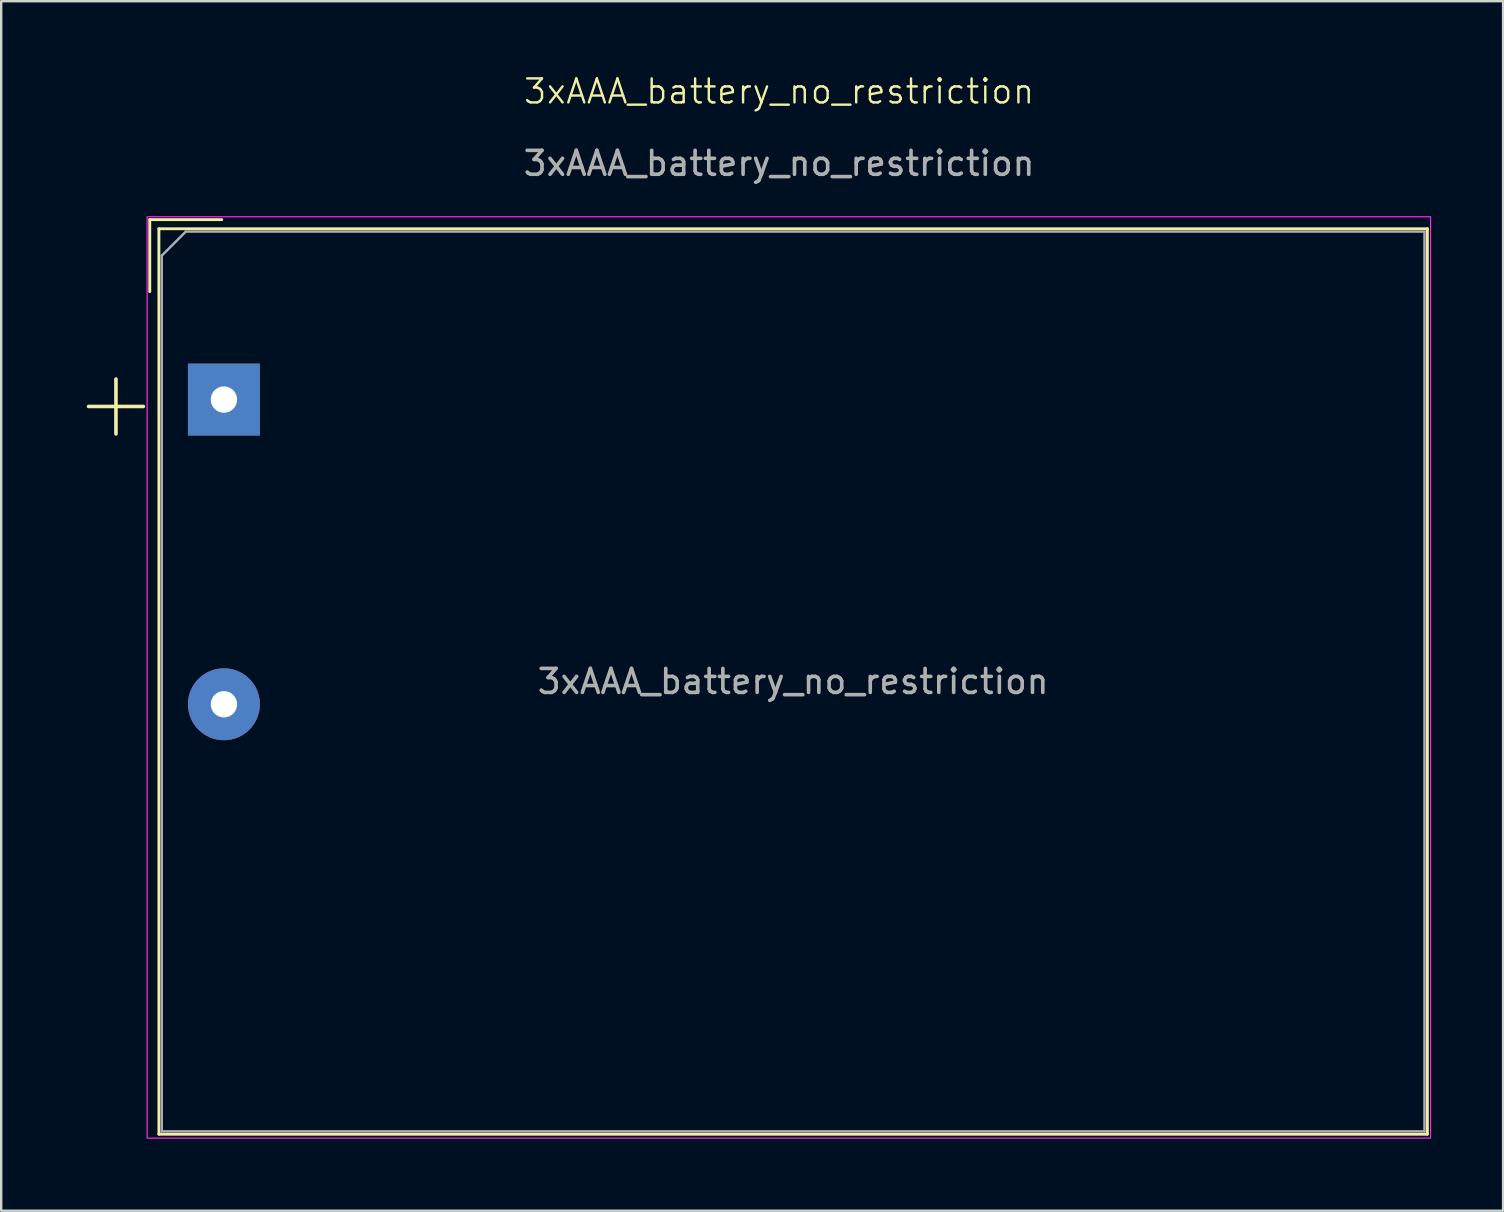
<source format=kicad_pcb>
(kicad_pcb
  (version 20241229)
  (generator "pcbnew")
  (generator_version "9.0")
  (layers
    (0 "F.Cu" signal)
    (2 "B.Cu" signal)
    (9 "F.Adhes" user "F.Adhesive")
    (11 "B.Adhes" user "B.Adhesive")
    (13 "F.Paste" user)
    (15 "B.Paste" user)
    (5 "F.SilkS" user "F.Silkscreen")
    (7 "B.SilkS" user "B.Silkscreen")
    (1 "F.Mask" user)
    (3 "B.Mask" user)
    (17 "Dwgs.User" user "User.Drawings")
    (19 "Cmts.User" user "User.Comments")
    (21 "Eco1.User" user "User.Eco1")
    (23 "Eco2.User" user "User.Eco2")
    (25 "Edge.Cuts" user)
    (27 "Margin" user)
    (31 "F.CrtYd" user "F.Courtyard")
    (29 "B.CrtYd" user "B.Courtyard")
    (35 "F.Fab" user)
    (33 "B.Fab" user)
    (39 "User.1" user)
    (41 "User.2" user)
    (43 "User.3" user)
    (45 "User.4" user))
  (footprint "3xAAA_battery_no_restriction"
    (layer "F.Cu")
    (at 29.422 1.26)
    (property "Reference" "3xAAA_battery_no_restriction" (at 0 -0.5 0) (unlocked yes) (layer "F.SilkS") (effects (font (size 1 1) (thickness 0.1))))
    (attr through_hole)
    (fp_line (start -26.229 4.844) (end -23.229 4.844) (stroke (width 0.12) (type solid)) (layer "F.SilkS"))
    (fp_line (start -26.229 7.844) (end -26.229 4.844) (stroke (width 0.12) (type solid)) (layer "F.SilkS"))
    (fp_line (start -25.849 5.224) (end -25.849 42.964) (stroke (width 0.12) (type solid)) (layer "F.SilkS"))
    (fp_line (start -25.849 5.224) (end 27.021 5.224) (stroke (width 0.12) (type solid)) (layer "F.SilkS"))
    (fp_line (start -25.849 42.964) (end 27.021 42.964) (stroke (width 0.12) (type solid)) (layer "F.SilkS"))
    (fp_line (start 27.021 5.224) (end 27.021 42.964) (stroke (width 0.12) (type solid)) (layer "F.SilkS"))
    (fp_rect (start -26.34 4.724) (end 27.153 43.129) (stroke (width 0.05) (type default)) (fill no) (layer "F.CrtYd"))
    (fp_line (start -25.729 6.344) (end -24.729 5.344) (stroke (width 0.1) (type solid)) (layer "F.Fab"))
    (fp_line (start -25.729 42.844) (end -25.729 6.344) (stroke (width 0.1) (type solid)) (layer "F.Fab"))
    (fp_line (start -24.729 5.344) (end 26.901 5.344) (stroke (width 0.1) (type solid)) (layer "F.Fab"))
    (fp_line (start 26.901 5.344) (end 26.901 42.844) (stroke (width 0.1) (type solid)) (layer "F.Fab"))
    (fp_line (start 26.901 42.844) (end -25.729 42.844) (stroke (width 0.1) (type solid)) (layer "F.Fab"))
    (fp_text user "+" (at -27.639 12.394 0) (layer "F.SilkS") (effects (font (size 3 3) (thickness 0.15))))
    (fp_text user "${REFERENCE}" (at 0.586 24.094 0) (layer "F.Fab") (effects (font (size 1 1) (thickness 0.15))))
    (fp_text user "${REFERENCE}" (at 0 2.5 0) (unlocked yes) (layer "F.Fab") (effects (font (size 1 1) (thickness 0.15))))
    (pad "1" thru_hole rect (at -23.139 12.344) (size 3 3) (drill 1.1) (layers "*.Cu" "*.Mask"))
    (pad "2" thru_hole circle (at -23.139 25.044) (size 3 3) (drill 1.1) (layers "*.Cu" "*.Mask")))
  (gr_rect
    (start -3 -3)
    (end 59.599 47.415)
    (stroke (width 0.1) (type default))
    (fill no)
    (layer "Edge.Cuts")))
</source>
